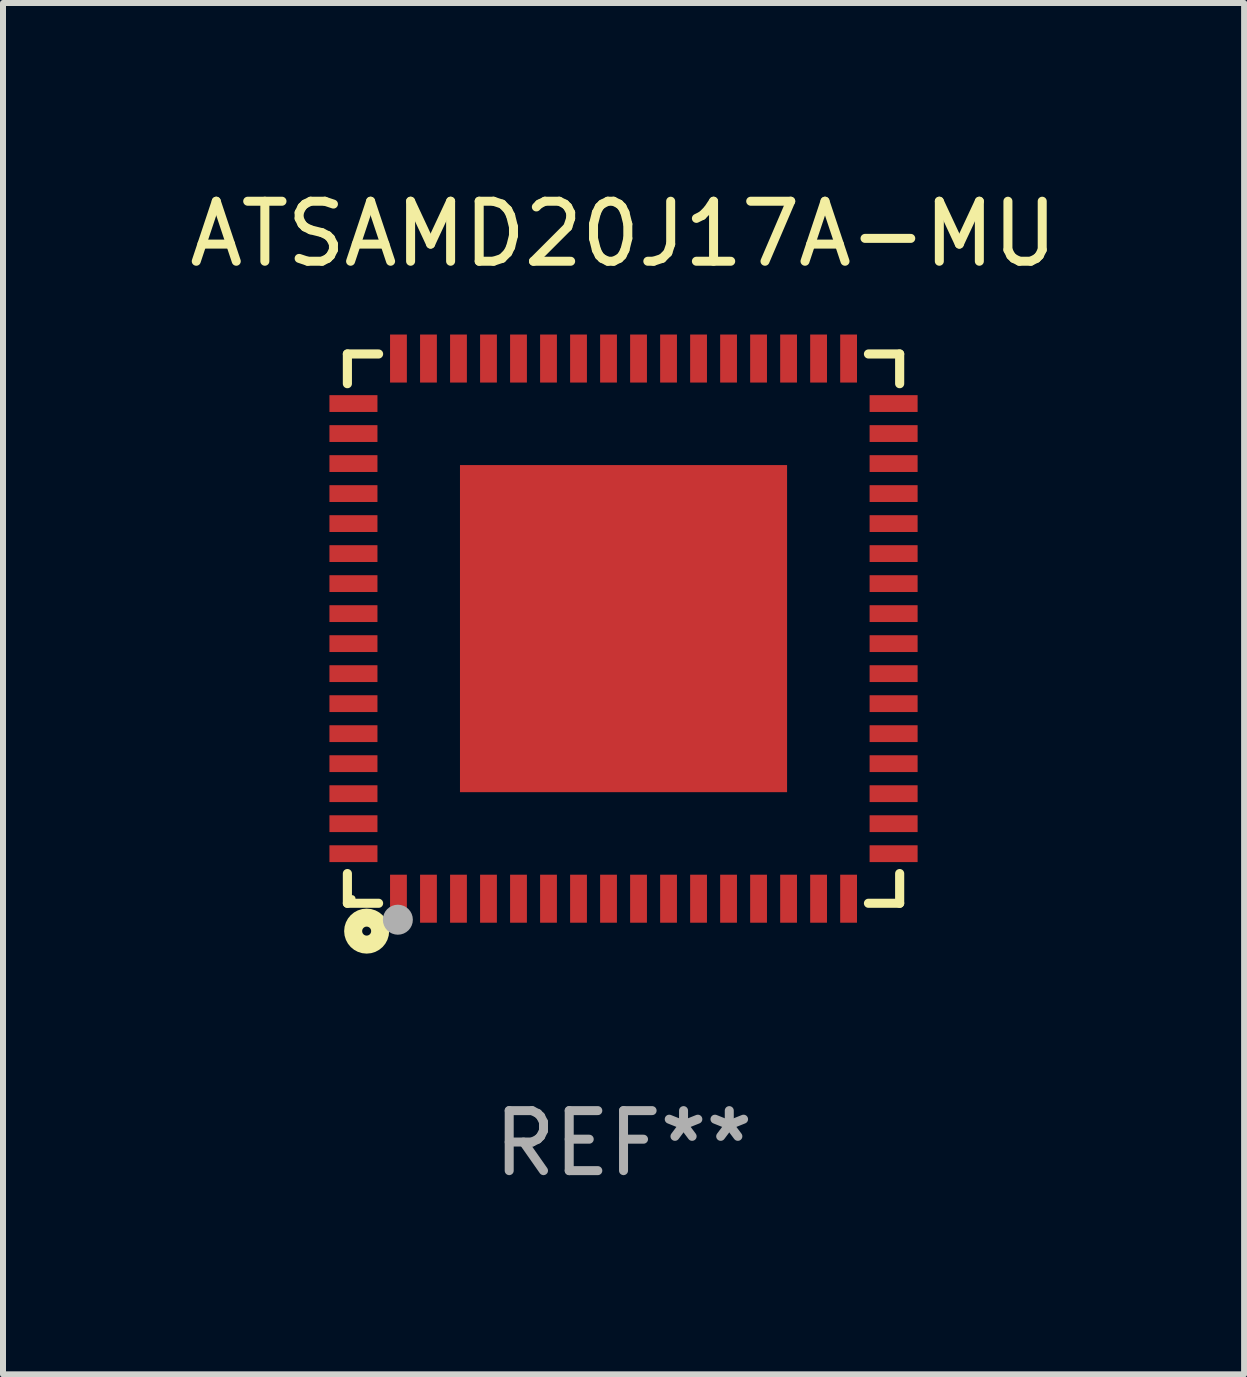
<source format=kicad_pcb>
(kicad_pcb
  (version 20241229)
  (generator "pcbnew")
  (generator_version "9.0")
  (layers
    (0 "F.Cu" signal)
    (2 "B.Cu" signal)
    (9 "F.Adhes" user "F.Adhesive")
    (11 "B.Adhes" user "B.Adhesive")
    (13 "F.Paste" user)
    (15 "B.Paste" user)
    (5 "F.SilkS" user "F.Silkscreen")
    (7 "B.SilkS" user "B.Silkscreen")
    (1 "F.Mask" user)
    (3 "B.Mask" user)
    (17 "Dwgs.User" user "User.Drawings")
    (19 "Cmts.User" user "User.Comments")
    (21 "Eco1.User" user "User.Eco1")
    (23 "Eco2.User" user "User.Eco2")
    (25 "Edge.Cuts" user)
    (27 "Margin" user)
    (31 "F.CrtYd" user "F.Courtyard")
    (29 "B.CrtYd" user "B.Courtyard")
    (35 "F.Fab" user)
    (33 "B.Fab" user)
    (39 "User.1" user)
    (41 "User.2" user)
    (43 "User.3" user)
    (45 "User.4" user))
  (footprint "ATSAMD20J17A-MU"
    (layer "F.Cu")
    (at 7.339 7.424)
    (property "Reference" "ATSAMD20J17A-MU" (at 0 -6.576 0) (layer "F.SilkS") (effects (font (size 1 1) (thickness 0.15))))
    (attr through_hole)
    (fp_line (start -4.601 -4.576) (end -4.081 -4.576) (stroke (width 0.152) (type solid)) (layer "F.SilkS"))
    (fp_line (start -4.601 -4.081) (end -4.601 -4.576) (stroke (width 0.152) (type solid)) (layer "F.SilkS"))
    (fp_line (start -4.601 4.081) (end -4.601 4.576) (stroke (width 0.152) (type solid)) (layer "F.SilkS"))
    (fp_line (start -4.601 4.576) (end -4.081 4.576) (stroke (width 0.152) (type solid)) (layer "F.SilkS"))
    (fp_line (start 4.601 -4.576) (end 4.081 -4.576) (stroke (width 0.152) (type solid)) (layer "F.SilkS"))
    (fp_line (start 4.601 -4.081) (end 4.601 -4.576) (stroke (width 0.152) (type solid)) (layer "F.SilkS"))
    (fp_line (start 4.601 4.081) (end 4.601 4.576) (stroke (width 0.152) (type solid)) (layer "F.SilkS"))
    (fp_line (start 4.601 4.576) (end 4.081 4.576) (stroke (width 0.152) (type solid)) (layer "F.SilkS"))
    (fp_circle (center -4.525 4.5) (end -4.495 4.5) (stroke (width 0.06) (type solid)) (fill no) (layer "F.SilkS"))
    (fp_circle (center -4.28 5.04) (end -4.205 5.04) (stroke (width 0.3) (type solid)) (fill no) (layer "F.SilkS"))
    (fp_circle (center -3.76 4.85) (end -3.635 4.85) (stroke (width 0.25) (type solid)) (fill no) (layer "F.Fab"))
    (fp_text user "REF**" (at 0 8.576 0) (layer "F.Fab") (effects (font (size 1 1) (thickness 0.15))))
    (pad "1" smd rect (at -3.75 4.5) (size 0.28 0.8) (layers "F.Cu" "F.Mask" "F.Paste"))
    (pad "2" smd rect (at -3.25 4.5) (size 0.28 0.8) (layers "F.Cu" "F.Mask" "F.Paste"))
    (pad "3" smd rect (at -2.75 4.5) (size 0.28 0.8) (layers "F.Cu" "F.Mask" "F.Paste"))
    (pad "4" smd rect (at -2.25 4.5) (size 0.28 0.8) (layers "F.Cu" "F.Mask" "F.Paste"))
    (pad "5" smd rect (at -1.75 4.5) (size 0.28 0.8) (layers "F.Cu" "F.Mask" "F.Paste"))
    (pad "6" smd rect (at -1.25 4.5) (size 0.28 0.8) (layers "F.Cu" "F.Mask" "F.Paste"))
    (pad "7" smd rect (at -0.75 4.5) (size 0.28 0.8) (layers "F.Cu" "F.Mask" "F.Paste"))
    (pad "8" smd rect (at -0.25 4.5) (size 0.28 0.8) (layers "F.Cu" "F.Mask" "F.Paste"))
    (pad "9" smd rect (at 0.25 4.5) (size 0.28 0.8) (layers "F.Cu" "F.Mask" "F.Paste"))
    (pad "10" smd rect (at 0.75 4.5) (size 0.28 0.8) (layers "F.Cu" "F.Mask" "F.Paste"))
    (pad "11" smd rect (at 1.25 4.5) (size 0.28 0.8) (layers "F.Cu" "F.Mask" "F.Paste"))
    (pad "12" smd rect (at 1.75 4.5) (size 0.28 0.8) (layers "F.Cu" "F.Mask" "F.Paste"))
    (pad "13" smd rect (at 2.25 4.5) (size 0.28 0.8) (layers "F.Cu" "F.Mask" "F.Paste"))
    (pad "14" smd rect (at 2.75 4.5) (size 0.28 0.8) (layers "F.Cu" "F.Mask" "F.Paste"))
    (pad "15" smd rect (at 3.25 4.5) (size 0.28 0.8) (layers "F.Cu" "F.Mask" "F.Paste"))
    (pad "16" smd rect (at 3.75 4.5) (size 0.28 0.8) (layers "F.Cu" "F.Mask" "F.Paste"))
    (pad "17" smd rect (at 4.5 3.75) (size 0.8 0.28) (layers "F.Cu" "F.Mask" "F.Paste"))
    (pad "18" smd rect (at 4.5 3.25) (size 0.8 0.28) (layers "F.Cu" "F.Mask" "F.Paste"))
    (pad "19" smd rect (at 4.5 2.75) (size 0.8 0.28) (layers "F.Cu" "F.Mask" "F.Paste"))
    (pad "20" smd rect (at 4.5 2.25) (size 0.8 0.28) (layers "F.Cu" "F.Mask" "F.Paste"))
    (pad "21" smd rect (at 4.5 1.75) (size 0.8 0.28) (layers "F.Cu" "F.Mask" "F.Paste"))
    (pad "22" smd rect (at 4.5 1.25) (size 0.8 0.28) (layers "F.Cu" "F.Mask" "F.Paste"))
    (pad "23" smd rect (at 4.5 0.75) (size 0.8 0.28) (layers "F.Cu" "F.Mask" "F.Paste"))
    (pad "24" smd rect (at 4.5 0.25) (size 0.8 0.28) (layers "F.Cu" "F.Mask" "F.Paste"))
    (pad "25" smd rect (at 4.5 -0.25) (size 0.8 0.28) (layers "F.Cu" "F.Mask" "F.Paste"))
    (pad "26" smd rect (at 4.5 -0.75) (size 0.8 0.28) (layers "F.Cu" "F.Mask" "F.Paste"))
    (pad "27" smd rect (at 4.5 -1.25) (size 0.8 0.28) (layers "F.Cu" "F.Mask" "F.Paste"))
    (pad "28" smd rect (at 4.5 -1.75) (size 0.8 0.28) (layers "F.Cu" "F.Mask" "F.Paste"))
    (pad "29" smd rect (at 4.5 -2.25) (size 0.8 0.28) (layers "F.Cu" "F.Mask" "F.Paste"))
    (pad "30" smd rect (at 4.5 -2.75) (size 0.8 0.28) (layers "F.Cu" "F.Mask" "F.Paste"))
    (pad "31" smd rect (at 4.5 -3.25) (size 0.8 0.28) (layers "F.Cu" "F.Mask" "F.Paste"))
    (pad "32" smd rect (at 4.5 -3.75) (size 0.8 0.28) (layers "F.Cu" "F.Mask" "F.Paste"))
    (pad "33" smd rect (at 3.75 -4.5) (size 0.28 0.8) (layers "F.Cu" "F.Mask" "F.Paste"))
    (pad "34" smd rect (at 3.25 -4.5) (size 0.28 0.8) (layers "F.Cu" "F.Mask" "F.Paste"))
    (pad "35" smd rect (at 2.75 -4.5) (size 0.28 0.8) (layers "F.Cu" "F.Mask" "F.Paste"))
    (pad "36" smd rect (at 2.25 -4.5) (size 0.28 0.8) (layers "F.Cu" "F.Mask" "F.Paste"))
    (pad "37" smd rect (at 1.75 -4.5) (size 0.28 0.8) (layers "F.Cu" "F.Mask" "F.Paste"))
    (pad "38" smd rect (at 1.25 -4.5) (size 0.28 0.8) (layers "F.Cu" "F.Mask" "F.Paste"))
    (pad "39" smd rect (at 0.75 -4.5) (size 0.28 0.8) (layers "F.Cu" "F.Mask" "F.Paste"))
    (pad "40" smd rect (at 0.25 -4.5) (size 0.28 0.8) (layers "F.Cu" "F.Mask" "F.Paste"))
    (pad "41" smd rect (at -0.25 -4.5) (size 0.28 0.8) (layers "F.Cu" "F.Mask" "F.Paste"))
    (pad "42" smd rect (at -0.75 -4.5) (size 0.28 0.8) (layers "F.Cu" "F.Mask" "F.Paste"))
    (pad "43" smd rect (at -1.25 -4.5) (size 0.28 0.8) (layers "F.Cu" "F.Mask" "F.Paste"))
    (pad "44" smd rect (at -1.75 -4.5) (size 0.28 0.8) (layers "F.Cu" "F.Mask" "F.Paste"))
    (pad "45" smd rect (at -2.25 -4.5) (size 0.28 0.8) (layers "F.Cu" "F.Mask" "F.Paste"))
    (pad "46" smd rect (at -2.75 -4.5) (size 0.28 0.8) (layers "F.Cu" "F.Mask" "F.Paste"))
    (pad "47" smd rect (at -3.25 -4.5) (size 0.28 0.8) (layers "F.Cu" "F.Mask" "F.Paste"))
    (pad "48" smd rect (at -3.75 -4.5) (size 0.28 0.8) (layers "F.Cu" "F.Mask" "F.Paste"))
    (pad "49" smd rect (at -4.5 -3.75) (size 0.8 0.28) (layers "F.Cu" "F.Mask" "F.Paste"))
    (pad "50" smd rect (at -4.5 -3.25) (size 0.8 0.28) (layers "F.Cu" "F.Mask" "F.Paste"))
    (pad "51" smd rect (at -4.5 -2.75) (size 0.8 0.28) (layers "F.Cu" "F.Mask" "F.Paste"))
    (pad "52" smd rect (at -4.5 -2.25) (size 0.8 0.28) (layers "F.Cu" "F.Mask" "F.Paste"))
    (pad "53" smd rect (at -4.5 -1.75) (size 0.8 0.28) (layers "F.Cu" "F.Mask" "F.Paste"))
    (pad "54" smd rect (at -4.5 -1.25) (size 0.8 0.28) (layers "F.Cu" "F.Mask" "F.Paste"))
    (pad "55" smd rect (at -4.5 -0.75) (size 0.8 0.28) (layers "F.Cu" "F.Mask" "F.Paste"))
    (pad "56" smd rect (at -4.5 -0.25) (size 0.8 0.28) (layers "F.Cu" "F.Mask" "F.Paste"))
    (pad "57" smd rect (at -4.5 0.25) (size 0.8 0.28) (layers "F.Cu" "F.Mask" "F.Paste"))
    (pad "58" smd rect (at -4.5 0.75) (size 0.8 0.28) (layers "F.Cu" "F.Mask" "F.Paste"))
    (pad "59" smd rect (at -4.5 1.25) (size 0.8 0.28) (layers "F.Cu" "F.Mask" "F.Paste"))
    (pad "60" smd rect (at -4.5 1.75) (size 0.8 0.28) (layers "F.Cu" "F.Mask" "F.Paste"))
    (pad "61" smd rect (at -4.5 2.25) (size 0.8 0.28) (layers "F.Cu" "F.Mask" "F.Paste"))
    (pad "62" smd rect (at -4.5 2.75) (size 0.8 0.28) (layers "F.Cu" "F.Mask" "F.Paste"))
    (pad "63" smd rect (at -4.5 3.25) (size 0.8 0.28) (layers "F.Cu" "F.Mask" "F.Paste"))
    (pad "64" smd rect (at -4.5 3.75) (size 0.8 0.28) (layers "F.Cu" "F.Mask" "F.Paste"))
    (pad "65" smd rect (at 0 0) (size 5.45 5.45) (layers "F.Cu" "F.Mask" "F.Paste")))
  (gr_rect
    (start -3 -3)
    (end 17.679 19.849)
    (stroke (width 0.1) (type default))
    (fill no)
    (layer "Edge.Cuts")))
</source>
